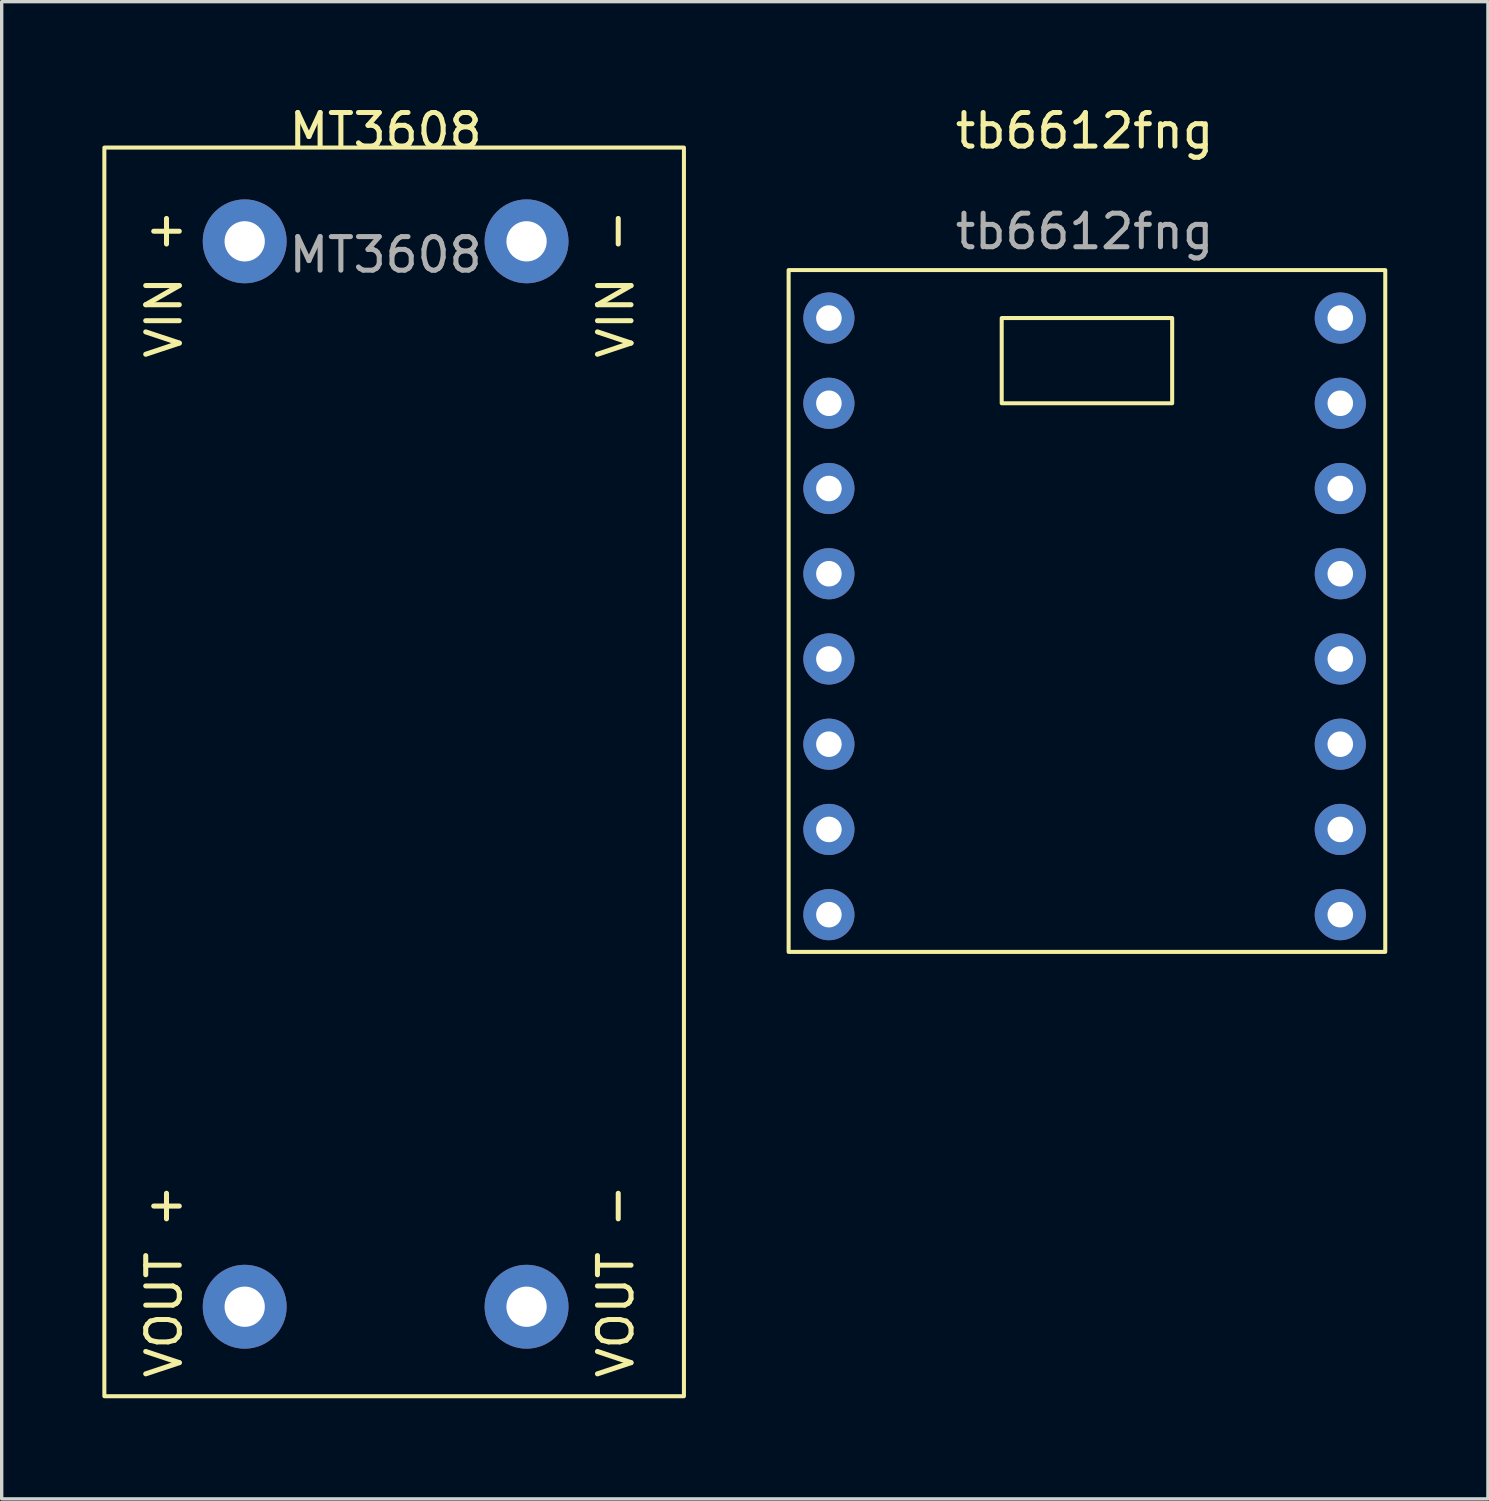
<source format=kicad_pcb>
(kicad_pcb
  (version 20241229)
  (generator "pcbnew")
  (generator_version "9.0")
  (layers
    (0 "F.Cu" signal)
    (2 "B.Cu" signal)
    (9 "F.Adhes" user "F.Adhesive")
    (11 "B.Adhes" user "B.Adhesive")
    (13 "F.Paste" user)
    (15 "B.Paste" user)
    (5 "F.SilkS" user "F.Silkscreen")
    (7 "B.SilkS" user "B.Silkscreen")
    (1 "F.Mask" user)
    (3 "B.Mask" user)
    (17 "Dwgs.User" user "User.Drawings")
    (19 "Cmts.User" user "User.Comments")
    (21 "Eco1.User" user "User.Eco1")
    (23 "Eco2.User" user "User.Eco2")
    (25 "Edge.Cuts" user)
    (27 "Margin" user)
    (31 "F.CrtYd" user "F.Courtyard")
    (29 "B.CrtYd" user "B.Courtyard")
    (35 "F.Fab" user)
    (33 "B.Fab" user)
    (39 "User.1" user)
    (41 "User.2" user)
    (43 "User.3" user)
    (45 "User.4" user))
  (footprint "MT3608"
    (layer "F.Cu")
    (at 8.442 1.348)
    (property "Reference" "MT3608" (at 0 -0.5 0) (unlocked yes) (layer "F.SilkS") (effects (font (size 1 1) (thickness 0.15))))
    (attr through_hole)
    (fp_rect (start -8.382 0) (end 8.89 37.211) (stroke (width 0.12) (type solid)) (fill no) (layer "F.SilkS"))
    (fp_text user "VOUT +" (at -6.604 33.782 90) (unlocked yes) (layer "F.SilkS") (effects (font (size 1 1) (thickness 0.15))))
    (fp_text user "VIN +" (at -6.604 4.064 90) (unlocked yes) (layer "F.SilkS") (effects (font (size 1 1) (thickness 0.15))))
    (fp_text user "VOUT -" (at 6.858 33.782 90) (unlocked yes) (layer "F.SilkS") (effects (font (size 1 1) (thickness 0.15))))
    (fp_text user "VIN -" (at 6.858 4.064 90) (unlocked yes) (layer "F.SilkS") (effects (font (size 1 1) (thickness 0.15))))
    (fp_text user "${REFERENCE}" (at 0 3.198 0) (unlocked yes) (layer "F.Fab") (effects (font (size 1 1) (thickness 0.15))))
    (pad "1" thru_hole circle (at -4.2 2.794) (size 2.5 2.5) (drill 1.2) (layers "*.Cu" "*.Mask"))
    (pad "2" thru_hole circle (at -4.2 34.544) (size 2.5 2.5) (drill 1.2) (layers "*.Cu" "*.Mask"))
    (pad "3" thru_hole circle (at 4.2 2.794) (size 2.5 2.5) (drill 1.2) (layers "*.Cu" "*.Mask"))
    (pad "4" thru_hole circle (at 4.2 34.544) (size 2.5 2.5) (drill 1.2) (layers "*.Cu" "*.Mask")))
  (footprint "tb6612fng"
    (layer "F.Cu")
    (at 29.272 1.348)
    (property "Reference" "tb6612fng" (at 0 -0.5 0) (unlocked yes) (layer "F.SilkS") (effects (font (size 1 1) (thickness 0.15))))
    (attr through_hole)
    (fp_rect (start -8.82 3.65) (end 8.96 23.97) (stroke (width 0.12) (type solid)) (fill no) (layer "F.SilkS"))
    (fp_rect (start -2.47 5.08) (end 2.61 7.62) (stroke (width 0.12) (type solid)) (fill no) (layer "F.SilkS"))
    (fp_text user "${REFERENCE}" (at 0 2.5 0) (unlocked yes) (layer "F.Fab") (effects (font (size 1 1) (thickness 0.15))))
    (pad "1" thru_hole circle (at -7.62 5.08) (size 1.524 1.524) (drill 0.762) (layers "*.Cu" "*.Mask"))
    (pad "2" thru_hole circle (at -7.62 7.62) (size 1.524 1.524) (drill 0.762) (layers "*.Cu" "*.Mask"))
    (pad "3" thru_hole circle (at -7.62 10.16) (size 1.524 1.524) (drill 0.762) (layers "*.Cu" "*.Mask"))
    (pad "4" thru_hole circle (at -7.62 12.7) (size 1.524 1.524) (drill 0.762) (layers "*.Cu" "*.Mask"))
    (pad "5" thru_hole circle (at -7.62 15.24) (size 1.524 1.524) (drill 0.762) (layers "*.Cu" "*.Mask"))
    (pad "6" thru_hole circle (at -7.62 17.78) (size 1.524 1.524) (drill 0.762) (layers "*.Cu" "*.Mask"))
    (pad "7" thru_hole circle (at -7.62 20.32) (size 1.524 1.524) (drill 0.762) (layers "*.Cu" "*.Mask"))
    (pad "8" thru_hole circle (at -7.62 22.86) (size 1.524 1.524) (drill 0.762) (layers "*.Cu" "*.Mask"))
    (pad "9" thru_hole circle (at 7.62 22.86) (size 1.524 1.524) (drill 0.762) (layers "*.Cu" "*.Mask"))
    (pad "10" thru_hole circle (at 7.62 20.32) (size 1.524 1.524) (drill 0.762) (layers "*.Cu" "*.Mask"))
    (pad "11" thru_hole circle (at 7.62 17.78) (size 1.524 1.524) (drill 0.762) (layers "*.Cu" "*.Mask"))
    (pad "12" thru_hole circle (at 7.62 15.24) (size 1.524 1.524) (drill 0.762) (layers "*.Cu" "*.Mask"))
    (pad "13" thru_hole circle (at 7.62 12.7) (size 1.524 1.524) (drill 0.762) (layers "*.Cu" "*.Mask"))
    (pad "14" thru_hole circle (at 7.62 10.16) (size 1.524 1.524) (drill 0.762) (layers "*.Cu" "*.Mask"))
    (pad "15" thru_hole circle (at 7.62 7.62) (size 1.524 1.524) (drill 0.762) (layers "*.Cu" "*.Mask"))
    (pad "16" thru_hole circle (at 7.62 5.08) (size 1.524 1.524) (drill 0.762) (layers "*.Cu" "*.Mask")))
  (gr_rect
    (start -3 -3)
    (end 41.292 41.619)
    (stroke (width 0.1) (type default))
    (fill no)
    (layer "Edge.Cuts")))
</source>
